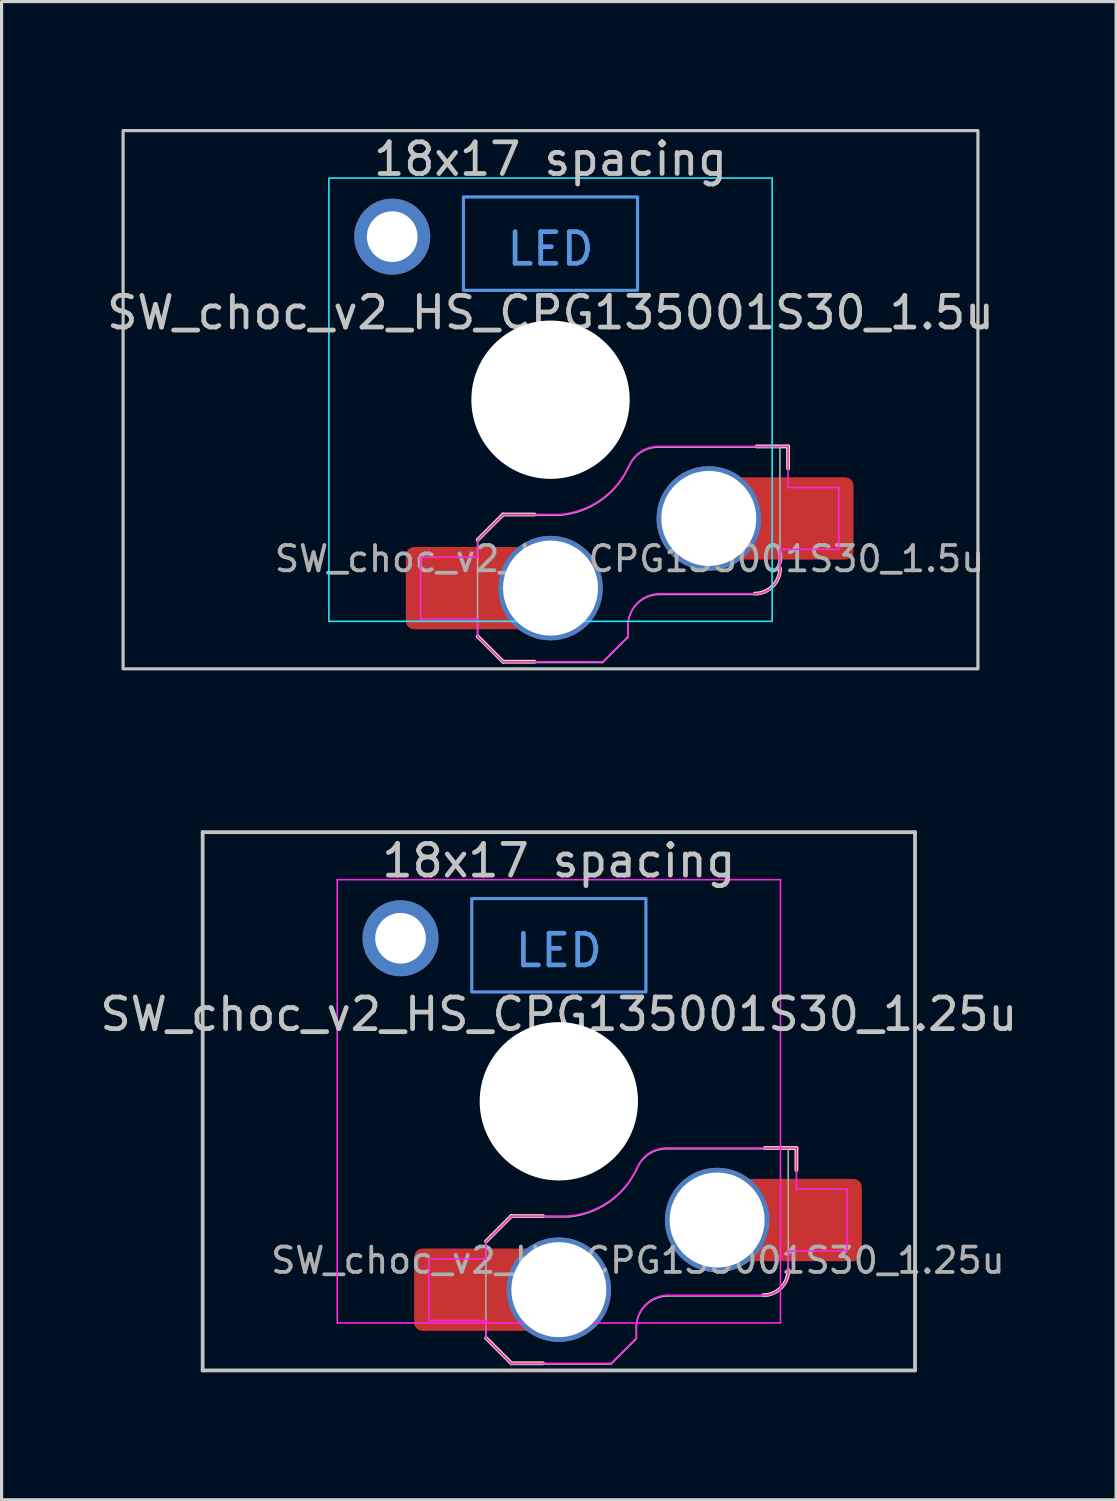
<source format=kicad_pcb>
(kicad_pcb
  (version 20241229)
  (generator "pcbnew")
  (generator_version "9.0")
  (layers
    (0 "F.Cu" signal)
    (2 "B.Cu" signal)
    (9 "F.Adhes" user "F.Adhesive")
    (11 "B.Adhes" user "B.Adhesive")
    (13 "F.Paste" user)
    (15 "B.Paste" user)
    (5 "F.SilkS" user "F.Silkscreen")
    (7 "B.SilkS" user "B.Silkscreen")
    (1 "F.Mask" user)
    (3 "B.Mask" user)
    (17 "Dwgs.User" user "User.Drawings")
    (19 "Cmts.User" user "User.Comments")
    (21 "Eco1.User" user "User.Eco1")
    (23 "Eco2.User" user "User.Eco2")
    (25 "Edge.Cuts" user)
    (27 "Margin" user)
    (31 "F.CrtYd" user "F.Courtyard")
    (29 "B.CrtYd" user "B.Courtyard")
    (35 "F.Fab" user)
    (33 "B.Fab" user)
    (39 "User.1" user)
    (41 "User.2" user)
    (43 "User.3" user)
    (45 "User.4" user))
  (footprint "SW_choc_v2_HS_CPG135001S30_1.5u"
    (layer "F.Cu")
    (at 14.338 9.575)
    (property "Reference" "SW_choc_v2_HS_CPG135001S30_1.5u" (at 0 -2.75 180) (layer "Dwgs.User") (effects (font (size 1 1) (thickness 0.15))))
    (attr smd)
    (fp_line (start -2.3 7.475) (end -1.5 8.275) (stroke (width 0.12) (type solid)) (layer "F.SilkS"))
    (fp_line (start -1.5 3.625) (end -2.3 4.425) (stroke (width 0.12) (type solid)) (layer "F.SilkS"))
    (fp_line (start -1.5 3.625) (end -0.5 3.625) (stroke (width 0.12) (type solid)) (layer "F.SilkS"))
    (fp_line (start -1.5 8.275) (end -0.5 8.275) (stroke (width 0.12) (type solid)) (layer "F.SilkS"))
    (fp_line (start 7.504 1.475) (end 6.504 1.475) (stroke (width 0.12) (type solid)) (layer "F.SilkS"))
    (fp_line (start 7.504 1.475) (end 7.504 2.175) (stroke (width 0.12) (type solid)) (layer "F.SilkS"))
    (fp_arc (start 7.25 5.325) (mid 7.015685 5.890685) (end 6.45 6.125) (stroke (width 0.12) (type solid)) (layer "F.SilkS"))
    (fp_rect (start -13.5 -8.5) (end 13.5 8.5) (stroke (width 0.1) (type default)) (fill no) (layer "Dwgs.User"))
    (fp_rect (start -2.75 -6.405) (end 2.75 -3.455) (stroke (width 0.1) (type default)) (fill no) (layer "Cmts.User"))
    (fp_rect (start -14.287 -9.525) (end 14.287 9.525) (stroke (width 0.1) (type default)) (fill no) (layer "Eco1.User"))
    (fp_line (start -6.95 6.45) (end -6.95 -6.45) (stroke (width 0.05) (type solid)) (layer "Eco2.User"))
    (fp_line (start -6.45 -6.95) (end 6.45 -6.95) (stroke (width 0.05) (type solid)) (layer "Eco2.User"))
    (fp_line (start 6.45 6.95) (end -6.45 6.95) (stroke (width 0.05) (type solid)) (layer "Eco2.User"))
    (fp_line (start 6.95 -6.45) (end 6.95 6.45) (stroke (width 0.05) (type solid)) (layer "Eco2.User"))
    (fp_arc (start -6.95 -6.45) (mid -6.803553 -6.803553) (end -6.45 -6.95) (stroke (width 0.05) (type solid)) (layer "Eco2.User"))
    (fp_arc (start -6.45 6.95) (mid -6.803553 6.803553) (end -6.95 6.45) (stroke (width 0.05) (type solid)) (layer "Eco2.User"))
    (fp_arc (start 6.45 -6.95) (mid 6.803553 -6.803553) (end 6.95 -6.45) (stroke (width 0.05) (type solid)) (layer "Eco2.User"))
    (fp_arc (start 6.95 6.45) (mid 6.803553 6.803553) (end 6.45 6.95) (stroke (width 0.05) (type solid)) (layer "Eco2.User"))
    (fp_arc (start 6.95 6.45) (mid 6.803553 6.803553) (end 6.45 6.95) (stroke (width 0.05) (type solid)) (layer "Eco2.User"))
    (fp_rect (start -7 -7) (end 7 7) (stroke (width 0.05) (type default)) (fill no) (layer "B.CrtYd"))
    (fp_line (start -4.104 4.975) (end -4.104 6.925) (stroke (width 0.05) (type solid)) (layer "F.CrtYd"))
    (fp_line (start -4.104 4.975) (end -2.3 4.975) (stroke (width 0.05) (type solid)) (layer "F.CrtYd"))
    (fp_line (start -4.104 6.925) (end -2.3 6.925) (stroke (width 0.05) (type solid)) (layer "F.CrtYd"))
    (fp_line (start -2.3 4.975) (end -2.3 4.425) (stroke (width 0.05) (type solid)) (layer "F.CrtYd"))
    (fp_line (start -2.3 7.475) (end -2.3 6.925) (stroke (width 0.05) (type solid)) (layer "F.CrtYd"))
    (fp_line (start -2.3 7.475) (end -1.5 8.275) (stroke (width 0.05) (type solid)) (layer "F.CrtYd"))
    (fp_line (start -1.5 3.625) (end -2.3 4.425) (stroke (width 0.05) (type solid)) (layer "F.CrtYd"))
    (fp_line (start -1.5 3.625) (end 0.3 3.625) (stroke (width 0.05) (type solid)) (layer "F.CrtYd"))
    (fp_line (start -1.5 8.275) (end 1.65 8.275) (stroke (width 0.05) (type solid)) (layer "F.CrtYd"))
    (fp_line (start 2.45 7.475) (end 1.65 8.275) (stroke (width 0.05) (type solid)) (layer "F.CrtYd"))
    (fp_line (start 2.45 7.475) (end 2.45 7.125) (stroke (width 0.05) (type solid)) (layer "F.CrtYd"))
    (fp_line (start 3.45 6.125) (end 6.45 6.125) (stroke (width 0.05) (type solid)) (layer "F.CrtYd"))
    (fp_line (start 7.25 4.725) (end 9.104 4.725) (stroke (width 0.05) (type solid)) (layer "F.CrtYd"))
    (fp_line (start 7.25 5.325) (end 7.25 4.725) (stroke (width 0.05) (type solid)) (layer "F.CrtYd"))
    (fp_line (start 7.504 1.475) (end 3.4 1.475) (stroke (width 0.05) (type solid)) (layer "F.CrtYd"))
    (fp_line (start 7.504 1.475) (end 7.504 2.175) (stroke (width 0.05) (type solid)) (layer "F.CrtYd"))
    (fp_line (start 7.504 2.175) (end 7.504 2.775) (stroke (width 0.05) (type solid)) (layer "F.CrtYd"))
    (fp_line (start 9.104 2.775) (end 7.504 2.775) (stroke (width 0.05) (type solid)) (layer "F.CrtYd"))
    (fp_line (start 9.104 4.725) (end 9.104 2.775) (stroke (width 0.05) (type solid)) (layer "F.CrtYd"))
    (fp_arc (start 2.45 7.125) (mid 2.742893 6.417893) (end 3.45 6.125) (stroke (width 0.05) (type solid)) (layer "F.CrtYd"))
    (fp_arc (start 2.455444 2.13293) (mid 1.577272 3.167235) (end 0.299999 3.624999) (stroke (width 0.05) (type solid)) (layer "F.CrtYd"))
    (fp_arc (start 2.460307 2.13298) (mid 2.826423 1.655848) (end 3.4 1.475) (stroke (width 0.05) (type solid)) (layer "F.CrtYd"))
    (fp_arc (start 7.25 5.325) (mid 7.015685 5.890685) (end 6.45 6.125) (stroke (width 0.05) (type solid)) (layer "F.CrtYd"))
    (fp_line (start -2.304 7.5) (end -2.304 4.45) (stroke (width 0.05) (type solid)) (layer "F.Fab"))
    (fp_line (start -2.304 7.5) (end -1.504 8.3) (stroke (width 0.05) (type solid)) (layer "F.Fab"))
    (fp_line (start -1.504 3.65) (end -2.304 4.45) (stroke (width 0.05) (type solid)) (layer "F.Fab"))
    (fp_line (start -1.504 3.65) (end 0.296 3.65) (stroke (width 0.05) (type solid)) (layer "F.Fab"))
    (fp_line (start -1.504 8.3) (end 1.646 8.3) (stroke (width 0.05) (type solid)) (layer "F.Fab"))
    (fp_line (start 2.446 7.5) (end 1.646 8.3) (stroke (width 0.05) (type solid)) (layer "F.Fab"))
    (fp_line (start 2.446 7.5) (end 2.446 7.15) (stroke (width 0.05) (type solid)) (layer "F.Fab"))
    (fp_line (start 3.446 6.15) (end 6.446 6.15) (stroke (width 0.05) (type solid)) (layer "F.Fab"))
    (fp_line (start 7.246 1.5) (end 3.396 1.5) (stroke (width 0.05) (type solid)) (layer "F.Fab"))
    (fp_line (start 7.246 5.35) (end 7.246 1.5) (stroke (width 0.05) (type solid)) (layer "F.Fab"))
    (fp_arc (start 2.446 7.15) (mid 2.738893 6.442893) (end 3.446 6.15) (stroke (width 0.05) (type solid)) (layer "F.Fab"))
    (fp_arc (start 2.451444 2.15793) (mid 1.573272 3.192235) (end 0.295999 3.649999) (stroke (width 0.05) (type solid)) (layer "F.Fab"))
    (fp_arc (start 2.456307 2.15798) (mid 2.822423 1.680848) (end 3.396 1.5) (stroke (width 0.05) (type solid)) (layer "F.Fab"))
    (fp_arc (start 7.246 5.35) (mid 7.011685 5.915685) (end 6.446 6.15) (stroke (width 0.05) (type solid)) (layer "F.Fab"))
    (fp_text user "18x17 spacing" (at 0 -7.6 0) (layer "Dwgs.User") (effects (font (size 1 1) (thickness 0.15))))
    (fp_text user "LED" (at 0 -4.763 0) (unlocked yes) (layer "Cmts.User") (effects (font (size 1 1) (thickness 0.15))))
    (fp_text user "19.05 spacing" (at 0 -8.7 0) (layer "Eco1.User") (effects (font (size 1 1) (thickness 0.15))))
    (fp_text user "${REFERENCE}" (at 2.496 5.025 0) (layer "F.Fab") (effects (font (size 0.8 0.8) (thickness 0.12))))
    (pad "" np_thru_hole circle (at 0 0 180) (size 5 5) (drill 5) (layers "*.Cu" "*.Mask"))
    (pad "1" thru_hole circle (at 5 3.75) (size 3.3 3.3) (drill 3) (property pad_prop_mechanical) (layers "*.Cu" "F.Mask"))
    (pad "1" smd rect (at 6.55 3.75) (size 1.2 2.6) (layers "F.Cu"))
    (pad "1" smd roundrect (at 8.245 3.75) (size 2.65 2.6) (layers "F.Cu" "F.Mask" "F.Paste") (roundrect_rratio 0.1))
    (pad "2" smd roundrect (at -3.245 5.95) (size 2.65 2.6) (layers "F.Cu" "F.Mask" "F.Paste") (roundrect_rratio 0.1))
    (pad "2" smd rect (at -1.55 5.95 180) (size 1.2 2.6) (layers "F.Cu"))
    (pad "2" thru_hole circle (at 0 5.95) (size 3.3 3.3) (drill 3) (property pad_prop_mechanical) (layers "*.Cu" "F.Mask"))
    (pad "MP" thru_hole circle (at -5 -5.15 180) (size 2.4 2.4) (drill 1.6) (layers "*.Cu" "F.Mask")))
  (footprint "SW_choc_v2_HS_CPG135001S30_1.25u"
    (layer "F.Cu")
    (at 14.601 31.735)
    (property "Reference" "SW_choc_v2_HS_CPG135001S30_1.25u" (at 0 -2.75 180) (layer "Dwgs.User") (effects (font (size 1 1) (thickness 0.15))))
    (attr smd)
    (fp_line (start -2.3 7.475) (end -1.5 8.275) (stroke (width 0.12) (type solid)) (layer "F.SilkS"))
    (fp_line (start -1.5 3.625) (end -2.3 4.425) (stroke (width 0.12) (type solid)) (layer "F.SilkS"))
    (fp_line (start -1.5 3.625) (end -0.5 3.625) (stroke (width 0.12) (type solid)) (layer "F.SilkS"))
    (fp_line (start -1.5 8.275) (end -0.5 8.275) (stroke (width 0.12) (type solid)) (layer "F.SilkS"))
    (fp_line (start 7.504 1.475) (end 6.504 1.475) (stroke (width 0.12) (type solid)) (layer "F.SilkS"))
    (fp_line (start 7.504 1.475) (end 7.504 2.175) (stroke (width 0.12) (type solid)) (layer "F.SilkS"))
    (fp_arc (start 7.25 5.325) (mid 7.015685 5.890685) (end 6.45 6.125) (stroke (width 0.12) (type solid)) (layer "F.SilkS"))
    (fp_line (start -11.25 -8.5) (end 11.25 -8.5) (stroke (width 0.12) (type solid)) (layer "Dwgs.User"))
    (fp_line (start -11.25 8.5) (end -11.25 -8.5) (stroke (width 0.12) (type solid)) (layer "Dwgs.User"))
    (fp_line (start 11.25 -8.5) (end 11.25 8.5) (stroke (width 0.12) (type solid)) (layer "Dwgs.User"))
    (fp_line (start 11.25 8.5) (end -11.25 8.5) (stroke (width 0.12) (type solid)) (layer "Dwgs.User"))
    (fp_rect (start -2.75 -6.405) (end 2.75 -3.455) (stroke (width 0.1) (type default)) (fill no) (layer "Cmts.User"))
    (fp_line (start -11.906 -9.525) (end -11.906 9.525) (stroke (width 0.12) (type solid)) (layer "Eco1.User"))
    (fp_line (start -11.906 9.525) (end 11.906 9.525) (stroke (width 0.12) (type solid)) (layer "Eco1.User"))
    (fp_line (start 11.906 -9.525) (end -11.906 -9.525) (stroke (width 0.12) (type solid)) (layer "Eco1.User"))
    (fp_line (start 11.906 9.525) (end 11.906 -9.525) (stroke (width 0.12) (type solid)) (layer "Eco1.User"))
    (fp_line (start -6.95 6.45) (end -6.95 -6.45) (stroke (width 0.05) (type solid)) (layer "Eco2.User"))
    (fp_line (start -6.45 -6.95) (end 6.45 -6.95) (stroke (width 0.05) (type solid)) (layer "Eco2.User"))
    (fp_line (start 6.45 6.95) (end -6.45 6.95) (stroke (width 0.05) (type solid)) (layer "Eco2.User"))
    (fp_line (start 6.95 -6.45) (end 6.95 6.45) (stroke (width 0.05) (type solid)) (layer "Eco2.User"))
    (fp_arc (start -6.95 -6.45) (mid -6.803553 -6.803553) (end -6.45 -6.95) (stroke (width 0.05) (type solid)) (layer "Eco2.User"))
    (fp_arc (start -6.45 6.95) (mid -6.803553 6.803553) (end -6.95 6.45) (stroke (width 0.05) (type solid)) (layer "Eco2.User"))
    (fp_arc (start 6.45 -6.95) (mid 6.803553 -6.803553) (end 6.95 -6.45) (stroke (width 0.05) (type solid)) (layer "Eco2.User"))
    (fp_arc (start 6.95 6.45) (mid 6.803553 6.803553) (end 6.45 6.95) (stroke (width 0.05) (type solid)) (layer "Eco2.User"))
    (fp_arc (start 6.95 6.45) (mid 6.803553 6.803553) (end 6.45 6.95) (stroke (width 0.05) (type solid)) (layer "Eco2.User"))
    (fp_line (start -7 -7) (end 7 -7) (stroke (width 0.05) (type solid)) (layer "F.CrtYd"))
    (fp_line (start -7 7) (end -7 -7) (stroke (width 0.05) (type solid)) (layer "F.CrtYd"))
    (fp_line (start -4.104 4.975) (end -4.104 6.925) (stroke (width 0.05) (type solid)) (layer "F.CrtYd"))
    (fp_line (start -4.104 4.975) (end -2.3 4.975) (stroke (width 0.05) (type solid)) (layer "F.CrtYd"))
    (fp_line (start -4.104 6.925) (end -2.3 6.925) (stroke (width 0.05) (type solid)) (layer "F.CrtYd"))
    (fp_line (start -2.3 4.975) (end -2.3 4.425) (stroke (width 0.05) (type solid)) (layer "F.CrtYd"))
    (fp_line (start -2.3 7.475) (end -2.3 6.925) (stroke (width 0.05) (type solid)) (layer "F.CrtYd"))
    (fp_line (start -2.3 7.475) (end -1.5 8.275) (stroke (width 0.05) (type solid)) (layer "F.CrtYd"))
    (fp_line (start -1.5 3.625) (end -2.3 4.425) (stroke (width 0.05) (type solid)) (layer "F.CrtYd"))
    (fp_line (start -1.5 3.625) (end 0.3 3.625) (stroke (width 0.05) (type solid)) (layer "F.CrtYd"))
    (fp_line (start -1.5 8.275) (end 1.65 8.275) (stroke (width 0.05) (type solid)) (layer "F.CrtYd"))
    (fp_line (start 2.45 7.475) (end 1.65 8.275) (stroke (width 0.05) (type solid)) (layer "F.CrtYd"))
    (fp_line (start 2.45 7.475) (end 2.45 7.125) (stroke (width 0.05) (type solid)) (layer "F.CrtYd"))
    (fp_line (start 3.45 6.125) (end 6.45 6.125) (stroke (width 0.05) (type solid)) (layer "F.CrtYd"))
    (fp_line (start 7 -7) (end 7 7) (stroke (width 0.05) (type solid)) (layer "F.CrtYd"))
    (fp_line (start 7 7) (end -7 7) (stroke (width 0.05) (type solid)) (layer "F.CrtYd"))
    (fp_line (start 7.25 4.725) (end 9.104 4.725) (stroke (width 0.05) (type solid)) (layer "F.CrtYd"))
    (fp_line (start 7.25 5.325) (end 7.25 4.725) (stroke (width 0.05) (type solid)) (layer "F.CrtYd"))
    (fp_line (start 7.504 1.475) (end 3.4 1.475) (stroke (width 0.05) (type solid)) (layer "F.CrtYd"))
    (fp_line (start 7.504 1.475) (end 7.504 2.175) (stroke (width 0.05) (type solid)) (layer "F.CrtYd"))
    (fp_line (start 7.504 2.175) (end 7.504 2.775) (stroke (width 0.05) (type solid)) (layer "F.CrtYd"))
    (fp_line (start 9.104 2.775) (end 7.504 2.775) (stroke (width 0.05) (type solid)) (layer "F.CrtYd"))
    (fp_line (start 9.104 4.725) (end 9.104 2.775) (stroke (width 0.05) (type solid)) (layer "F.CrtYd"))
    (fp_arc (start 2.45 7.125) (mid 2.742893 6.417893) (end 3.45 6.125) (stroke (width 0.05) (type solid)) (layer "F.CrtYd"))
    (fp_arc (start 2.455444 2.13293) (mid 1.577272 3.167235) (end 0.299999 3.624999) (stroke (width 0.05) (type solid)) (layer "F.CrtYd"))
    (fp_arc (start 2.460307 2.13298) (mid 2.826423 1.655848) (end 3.4 1.475) (stroke (width 0.05) (type solid)) (layer "F.CrtYd"))
    (fp_arc (start 7.25 5.325) (mid 7.015685 5.890685) (end 6.45 6.125) (stroke (width 0.05) (type solid)) (layer "F.CrtYd"))
    (fp_line (start -2.304 7.5) (end -2.304 4.45) (stroke (width 0.05) (type solid)) (layer "F.Fab"))
    (fp_line (start -2.304 7.5) (end -1.504 8.3) (stroke (width 0.05) (type solid)) (layer "F.Fab"))
    (fp_line (start -1.504 3.65) (end -2.304 4.45) (stroke (width 0.05) (type solid)) (layer "F.Fab"))
    (fp_line (start -1.504 3.65) (end 0.296 3.65) (stroke (width 0.05) (type solid)) (layer "F.Fab"))
    (fp_line (start -1.504 8.3) (end 1.646 8.3) (stroke (width 0.05) (type solid)) (layer "F.Fab"))
    (fp_line (start 2.446 7.5) (end 1.646 8.3) (stroke (width 0.05) (type solid)) (layer "F.Fab"))
    (fp_line (start 2.446 7.5) (end 2.446 7.15) (stroke (width 0.05) (type solid)) (layer "F.Fab"))
    (fp_line (start 3.446 6.15) (end 6.446 6.15) (stroke (width 0.05) (type solid)) (layer "F.Fab"))
    (fp_line (start 7.246 1.5) (end 3.396 1.5) (stroke (width 0.05) (type solid)) (layer "F.Fab"))
    (fp_line (start 7.246 5.35) (end 7.246 1.5) (stroke (width 0.05) (type solid)) (layer "F.Fab"))
    (fp_arc (start 2.446 7.15) (mid 2.738893 6.442893) (end 3.446 6.15) (stroke (width 0.05) (type solid)) (layer "F.Fab"))
    (fp_arc (start 2.451444 2.15793) (mid 1.573272 3.192235) (end 0.295999 3.649999) (stroke (width 0.05) (type solid)) (layer "F.Fab"))
    (fp_arc (start 2.456307 2.15798) (mid 2.822423 1.680848) (end 3.396 1.5) (stroke (width 0.05) (type solid)) (layer "F.Fab"))
    (fp_arc (start 7.246 5.35) (mid 7.011685 5.915685) (end 6.446 6.15) (stroke (width 0.05) (type solid)) (layer "F.Fab"))
    (fp_text user "18x17 spacing" (at 0 -7.6 0) (layer "Dwgs.User") (effects (font (size 1 1) (thickness 0.15))))
    (fp_text user "LED" (at 0 -4.763 0) (unlocked yes) (layer "Cmts.User") (effects (font (size 1 1) (thickness 0.15))))
    (fp_text user "19.05 spacing" (at 0 -8.7 0) (layer "Eco1.User") (effects (font (size 1 1) (thickness 0.15))))
    (fp_text user "${REFERENCE}" (at 2.496 5.025 0) (layer "F.Fab") (effects (font (size 0.8 0.8) (thickness 0.12))))
    (pad "" np_thru_hole circle (at 0 0 180) (size 5 5) (drill 5) (layers "*.Cu" "*.Mask"))
    (pad "1" thru_hole circle (at 5 3.75) (size 3.3 3.3) (drill 3) (property pad_prop_mechanical) (layers "*.Cu" "F.Mask"))
    (pad "1" smd rect (at 6.55 3.75) (size 1.2 2.6) (layers "F.Cu"))
    (pad "1" smd roundrect (at 8.245 3.75) (size 2.65 2.6) (layers "F.Cu" "F.Mask" "F.Paste") (roundrect_rratio 0.1))
    (pad "2" smd roundrect (at -3.245 5.95) (size 2.65 2.6) (layers "F.Cu" "F.Mask" "F.Paste") (roundrect_rratio 0.1))
    (pad "2" smd rect (at -1.55 5.95 180) (size 1.2 2.6) (layers "F.Cu"))
    (pad "2" thru_hole circle (at 0 5.95) (size 3.3 3.3) (drill 3) (property pad_prop_mechanical) (layers "*.Cu" "F.Mask"))
    (pad "MP" thru_hole circle (at -5 -5.15 180) (size 2.4 2.4) (drill 1.6) (layers "*.Cu" "F.Mask")))
  (gr_rect
    (start -3 -3)
    (end 32.202 44.32)
    (stroke (width 0.1) (type default))
    (fill no)
    (layer "Edge.Cuts")))
</source>
